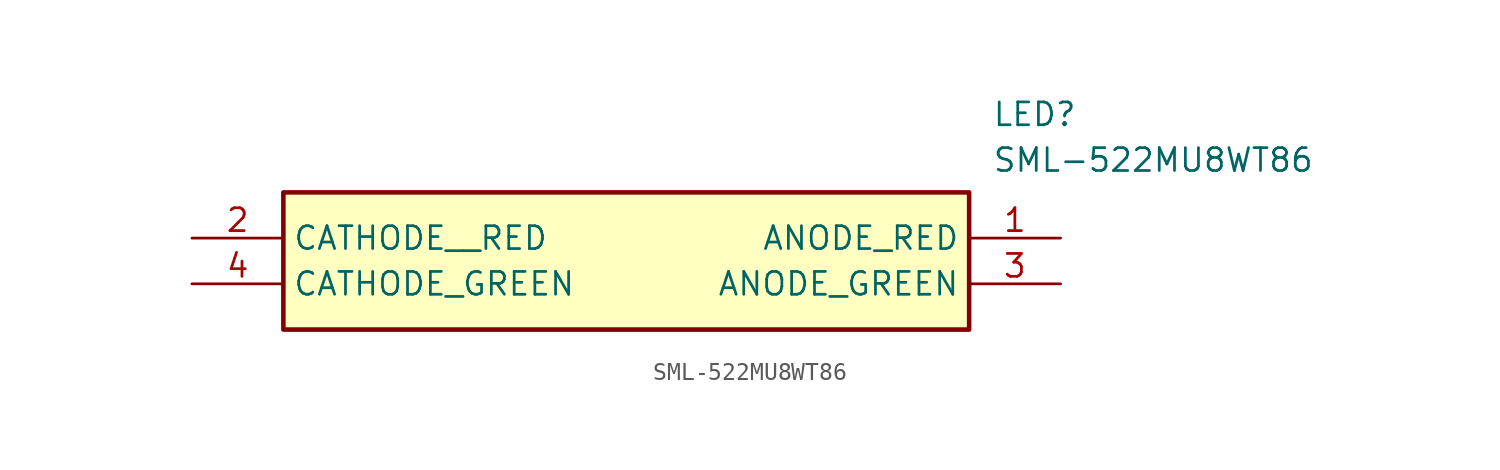
<source format=kicad_sym>
(kicad_symbol_lib
  (version 20211014)
  (generator SamacSys_ECAD_Model)
  (symbol "SML-522MU8WT86"
    (property "Reference" "LED"
      (at 44.45 7.62 0)
      (effects (font (size 1.27 1.27)) (justify left top)))
    (property "Value" "SML-522MU8WT86"
      (at 44.45 5.08 0)
      (effects (font (size 1.27 1.27)) (justify left top)))
    (rectangle
      (start 5.08 2.54)
      (end 43.18 -5.08)
      (stroke (width 0.254) (type default))
      (fill (type background)))
    (pin passive line
      (at 48.26 0 180)
      (length 5.08)
      (name "ANODE_RED" (effects (font (size 1.27 1.27))))
      (number "1" (effects (font (size 1.27 1.27)))))
    (pin passive line
      (at 0 0 0)
      (length 5.08)
      (name "CATHODE__RED" (effects (font (size 1.27 1.27))))
      (number "2" (effects (font (size 1.27 1.27)))))
    (pin passive line
      (at 48.26 -2.54 180)
      (length 5.08)
      (name "ANODE_GREEN" (effects (font (size 1.27 1.27))))
      (number "3" (effects (font (size 1.27 1.27)))))
    (pin passive line
      (at 0 -2.54 0)
      (length 5.08)
      (name "CATHODE_GREEN" (effects (font (size 1.27 1.27))))
      (number "4" (effects (font (size 1.27 1.27)))))))
</source>
